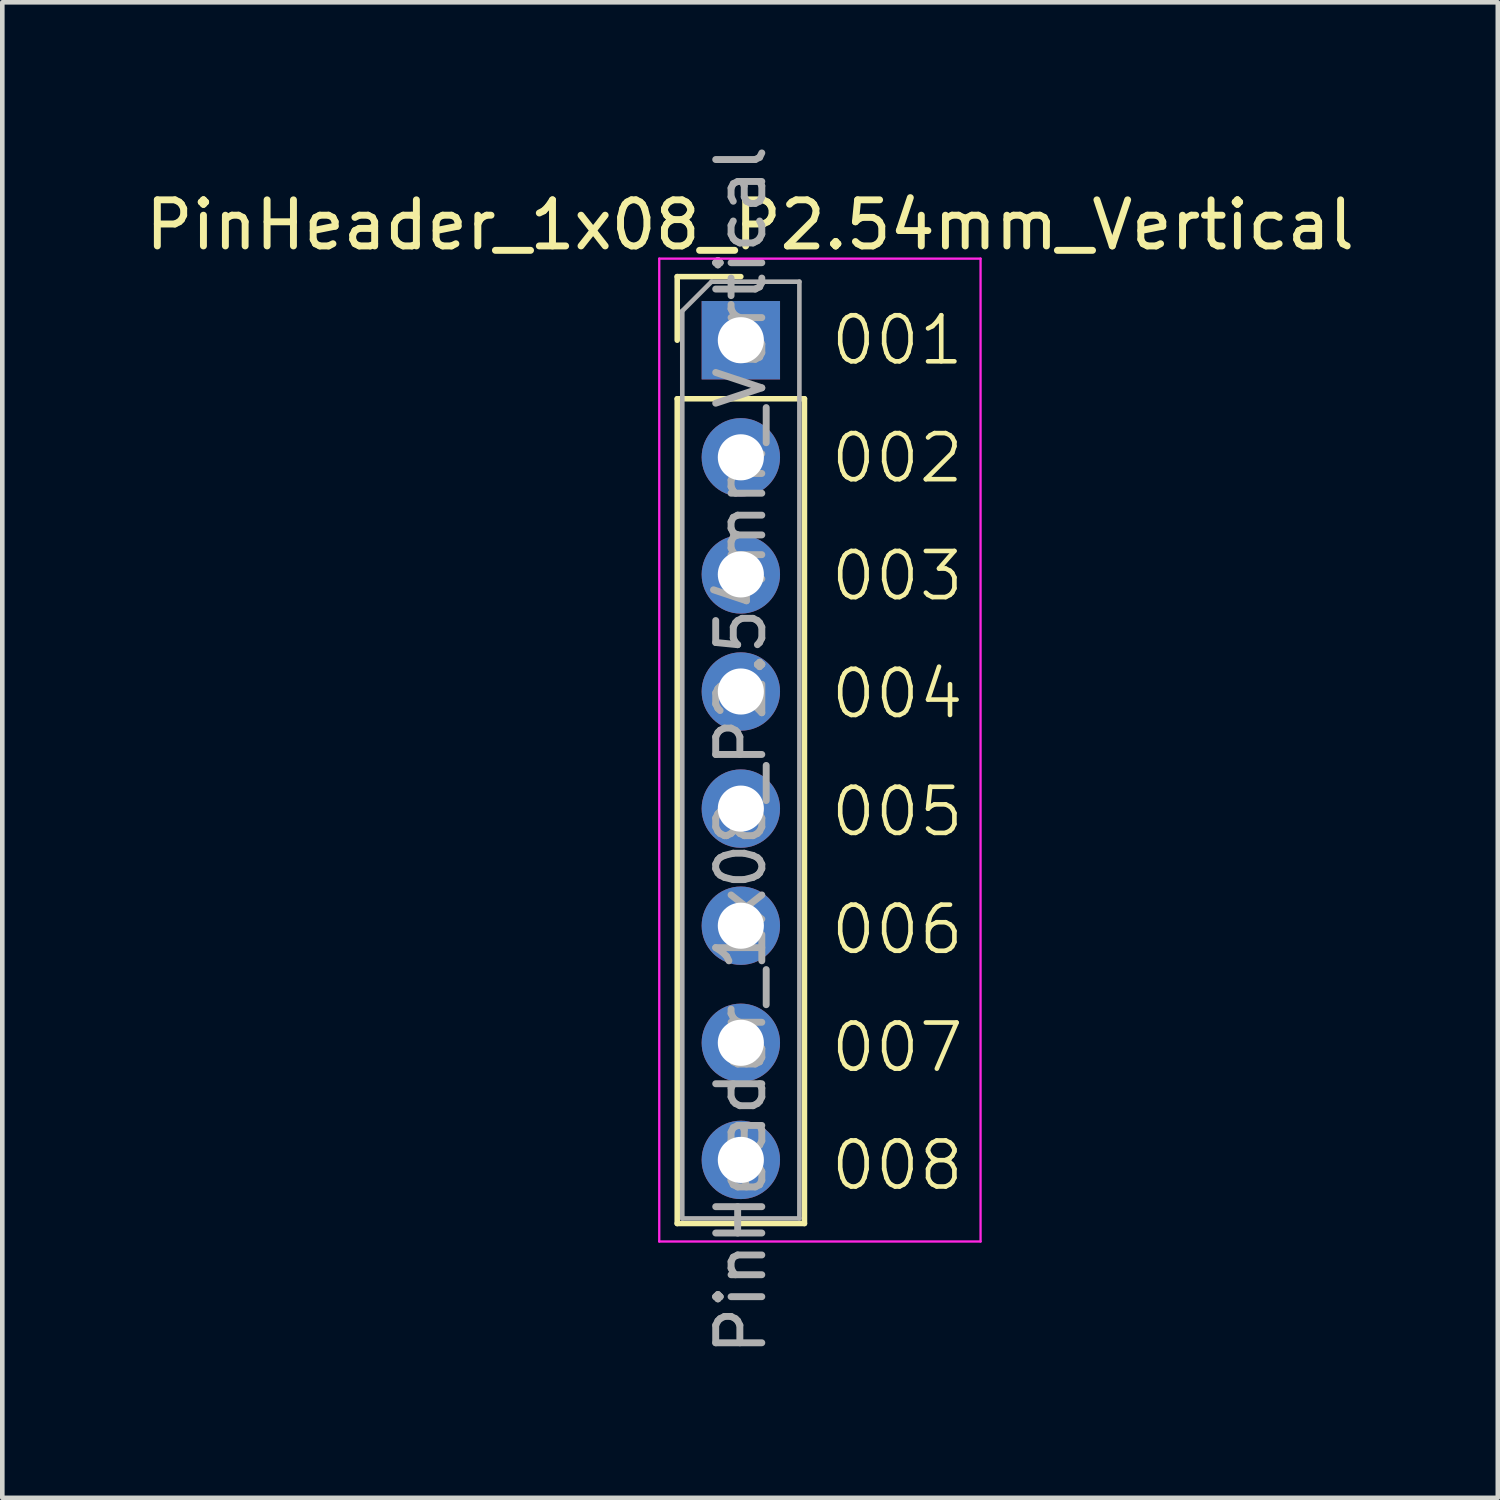
<source format=kicad_pcb>
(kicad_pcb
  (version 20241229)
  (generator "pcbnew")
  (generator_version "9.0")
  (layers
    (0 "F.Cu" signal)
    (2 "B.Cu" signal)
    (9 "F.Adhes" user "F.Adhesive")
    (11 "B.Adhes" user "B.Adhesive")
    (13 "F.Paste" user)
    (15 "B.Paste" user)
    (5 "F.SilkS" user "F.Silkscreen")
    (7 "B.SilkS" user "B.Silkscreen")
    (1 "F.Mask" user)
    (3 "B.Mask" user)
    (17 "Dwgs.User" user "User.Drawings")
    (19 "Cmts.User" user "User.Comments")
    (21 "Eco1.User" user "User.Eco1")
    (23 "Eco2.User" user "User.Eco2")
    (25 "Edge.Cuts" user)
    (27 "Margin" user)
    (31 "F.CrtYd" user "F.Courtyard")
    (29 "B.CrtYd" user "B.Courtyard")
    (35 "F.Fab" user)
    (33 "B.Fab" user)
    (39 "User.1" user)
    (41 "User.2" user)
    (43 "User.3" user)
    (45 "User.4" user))
  (footprint "PinHeader_1x08_P2.54mm_Vertical"
    (layer "F.Cu")
    (at 13.02 4.33)
    (property "Reference" "PinHeader_1x08_P2.54mm_Vertical" (at 0.2 -2.5 0) (layer "F.SilkS") (effects (font (size 1 1) (thickness 0.15))))
    (property "8" "008" (at 1.9 17.9 0) (layer "F.SilkS") (effects (font (size 1 1) (thickness 0.1)) (justify left)))
    (property "7" "007" (at 1.9 15.343 0) (layer "F.SilkS") (effects (font (size 1 1) (thickness 0.1)) (justify left)))
    (property "6" "006" (at 1.9 12.786 0) (layer "F.SilkS") (effects (font (size 1 1) (thickness 0.1)) (justify left)))
    (property "5" "005" (at 1.9 10.229 0) (layer "F.SilkS") (effects (font (size 1 1) (thickness 0.1)) (justify left)))
    (property "3" "003" (at 1.9 5.114 0) (layer "F.SilkS") (effects (font (size 1 1) (thickness 0.1)) (justify left)))
    (property "1" "001" (at 1.9 0 0) (layer "F.SilkS") (effects (font (size 1 1) (thickness 0.1)) (justify left)))
    (property "2" "002" (at 1.9 2.557 0) (layer "F.SilkS") (effects (font (size 1 1) (thickness 0.1)) (justify left)))
    (property "4" "004" (at 1.9 7.671 0) (layer "F.SilkS") (effects (font (size 1 1) (thickness 0.1)) (justify left)))
    (attr through_hole)
    (fp_line (start -1.38 -1.38) (end 0 -1.38) (stroke (width 0.12) (type solid)) (layer "F.SilkS"))
    (fp_line (start -1.38 0) (end -1.38 -1.38) (stroke (width 0.12) (type solid)) (layer "F.SilkS"))
    (fp_line (start -1.38 1.27) (end -1.38 19.16) (stroke (width 0.12) (type solid)) (layer "F.SilkS"))
    (fp_line (start -1.38 1.27) (end 1.38 1.27) (stroke (width 0.12) (type solid)) (layer "F.SilkS"))
    (fp_line (start -1.38 19.16) (end 1.38 19.16) (stroke (width 0.12) (type solid)) (layer "F.SilkS"))
    (fp_line (start 1.38 1.27) (end 1.38 19.16) (stroke (width 0.12) (type solid)) (layer "F.SilkS"))
    (fp_line (start -1.77 -1.77) (end -1.77 19.55) (stroke (width 0.05) (type solid)) (layer "F.CrtYd"))
    (fp_line (start -1.77 19.55) (end 5.2 19.55) (stroke (width 0.05) (type solid)) (layer "F.CrtYd"))
    (fp_line (start 5.2 -1.77) (end -1.77 -1.77) (stroke (width 0.05) (type solid)) (layer "F.CrtYd"))
    (fp_line (start 5.2 19.55) (end 5.2 -1.77) (stroke (width 0.05) (type solid)) (layer "F.CrtYd"))
    (fp_line (start -1.27 -0.635) (end -0.635 -1.27) (stroke (width 0.1) (type solid)) (layer "F.Fab"))
    (fp_line (start -1.27 19.05) (end -1.27 -0.635) (stroke (width 0.1) (type solid)) (layer "F.Fab"))
    (fp_line (start -0.635 -1.27) (end 1.27 -1.27) (stroke (width 0.1) (type solid)) (layer "F.Fab"))
    (fp_line (start 1.27 -1.27) (end 1.27 19.05) (stroke (width 0.1) (type solid)) (layer "F.Fab"))
    (fp_line (start 1.27 19.05) (end -1.27 19.05) (stroke (width 0.1) (type solid)) (layer "F.Fab"))
    (fp_text user "${REFERENCE}" (at 0 8.89 90) (layer "F.Fab") (effects (font (size 1 1) (thickness 0.15))))
    (pad "1" thru_hole rect (at 0 0) (size 1.7 1.7) (drill 1) (layers "*.Cu" "*.Mask"))
    (pad "2" thru_hole circle (at 0 2.54) (size 1.7 1.7) (drill 1) (layers "*.Cu" "*.Mask"))
    (pad "3" thru_hole circle (at 0 5.08) (size 1.7 1.7) (drill 1) (layers "*.Cu" "*.Mask"))
    (pad "4" thru_hole circle (at 0 7.62) (size 1.7 1.7) (drill 1) (layers "*.Cu" "*.Mask"))
    (pad "5" thru_hole circle (at 0 10.16) (size 1.7 1.7) (drill 1) (layers "*.Cu" "*.Mask"))
    (pad "6" thru_hole circle (at 0 12.7) (size 1.7 1.7) (drill 1) (layers "*.Cu" "*.Mask"))
    (pad "7" thru_hole circle (at 0 15.24) (size 1.7 1.7) (drill 1) (layers "*.Cu" "*.Mask"))
    (pad "8" thru_hole circle (at 0 17.78) (size 1.7 1.7) (drill 1) (layers "*.Cu" "*.Mask")))
  (gr_rect
    (start -3 -3)
    (end 29.44 29.44)
    (stroke (width 0.1) (type default))
    (fill no)
    (layer "Edge.Cuts")))
</source>
